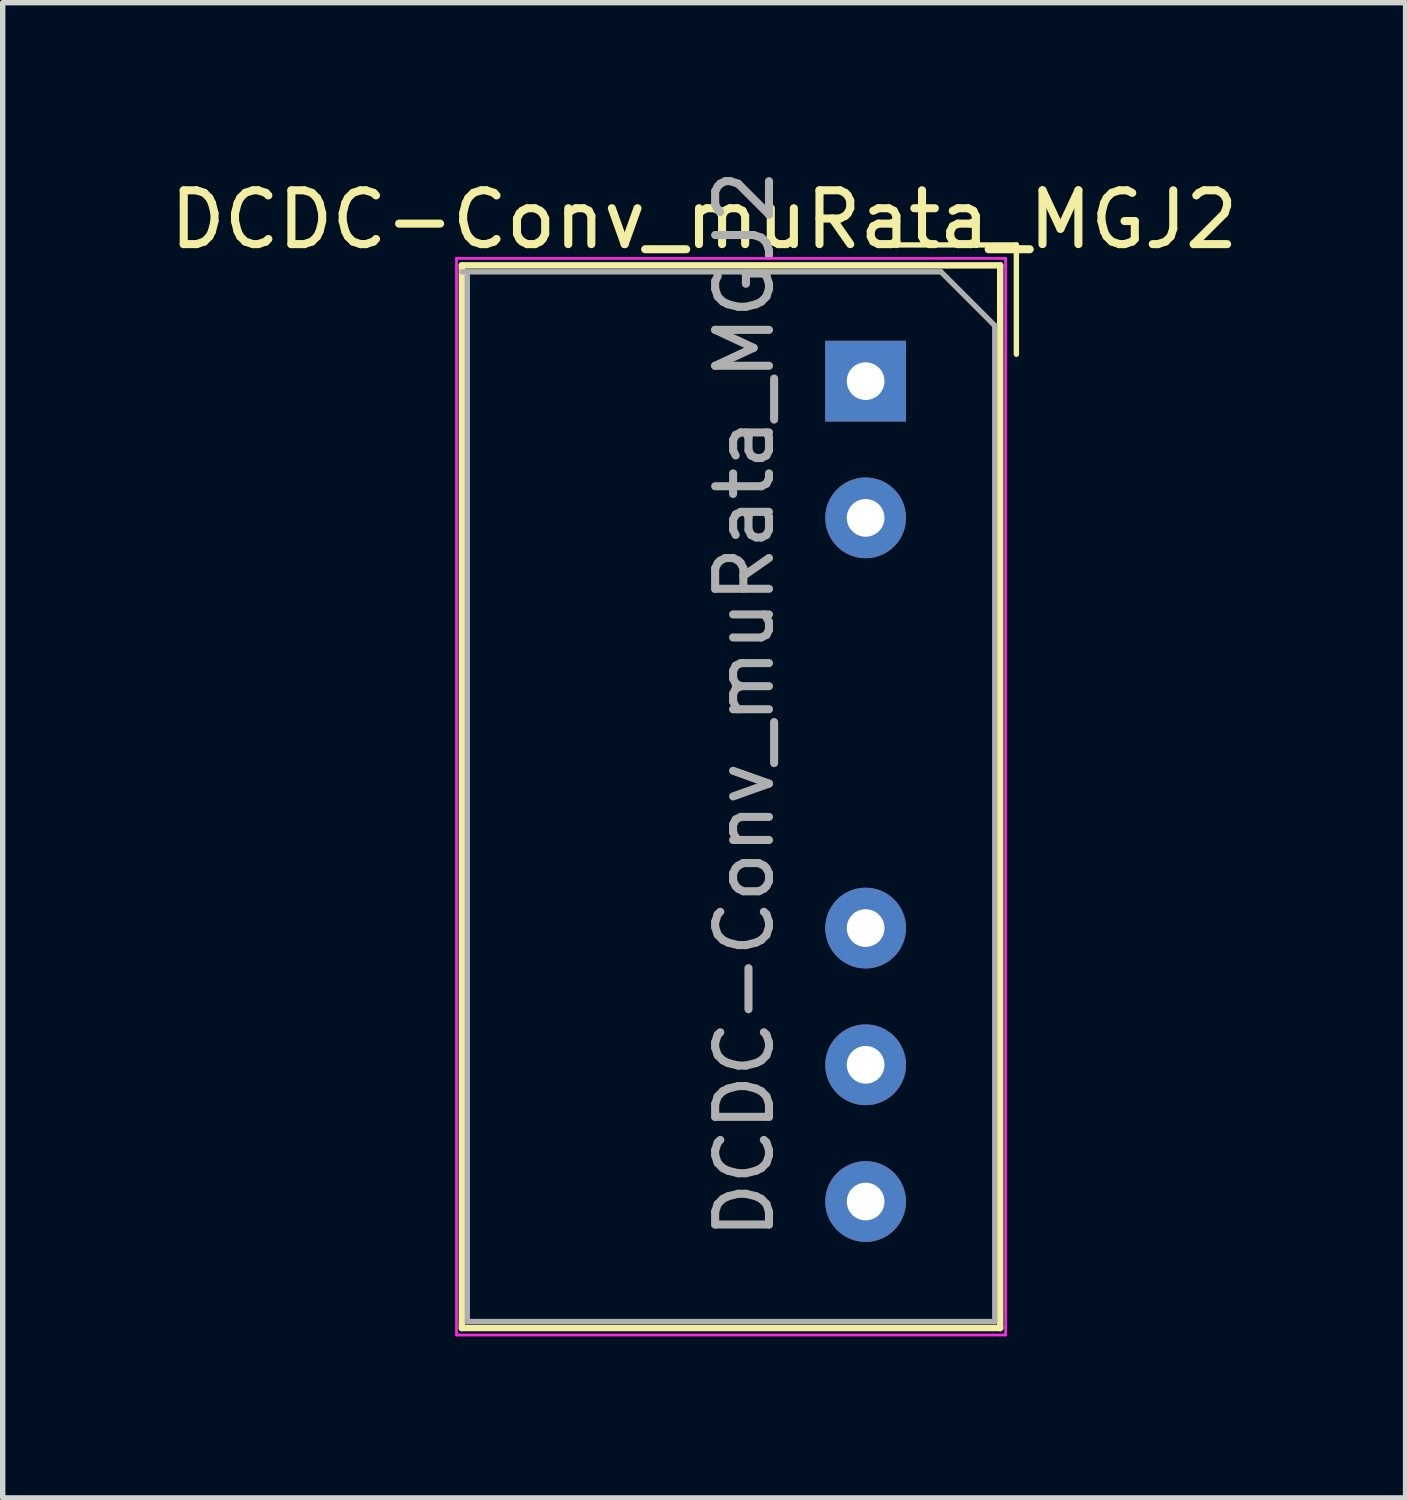
<source format=kicad_pcb>
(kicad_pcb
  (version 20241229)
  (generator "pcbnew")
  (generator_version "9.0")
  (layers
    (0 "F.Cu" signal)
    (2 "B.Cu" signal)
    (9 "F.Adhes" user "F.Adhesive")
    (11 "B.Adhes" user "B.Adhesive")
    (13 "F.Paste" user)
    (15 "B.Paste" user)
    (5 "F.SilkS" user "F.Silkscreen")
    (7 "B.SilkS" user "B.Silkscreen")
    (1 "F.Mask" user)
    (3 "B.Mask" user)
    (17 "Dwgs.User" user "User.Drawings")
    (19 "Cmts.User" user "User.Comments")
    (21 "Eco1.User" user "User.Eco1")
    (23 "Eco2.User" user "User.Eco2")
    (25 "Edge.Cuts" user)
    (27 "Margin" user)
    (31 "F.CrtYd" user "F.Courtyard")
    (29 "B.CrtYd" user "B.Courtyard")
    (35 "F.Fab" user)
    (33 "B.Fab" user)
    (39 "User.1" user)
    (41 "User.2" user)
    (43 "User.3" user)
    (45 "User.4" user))
  (footprint "DCDC-Conv_muRata_MGJ2"
    (layer "F.Cu")
    (at 13.03 4.03)
    (property "Reference" "DCDC-Conv_muRata_MGJ2" (at -3 -3 0) (layer "F.SilkS") (effects (font (size 1 1) (thickness 0.15))))
    (attr through_hole)
    (fp_line (start -7.5 -2.15) (end -7.5 17.59) (stroke (width 0.12) (type solid)) (layer "F.SilkS"))
    (fp_line (start -7.5 17.59) (end 2.5 17.59) (stroke (width 0.12) (type solid)) (layer "F.SilkS"))
    (fp_line (start 2.5 -2.15) (end -7.5 -2.15) (stroke (width 0.12) (type solid)) (layer "F.SilkS"))
    (fp_line (start 2.5 17.59) (end 2.5 -2.15) (stroke (width 0.12) (type solid)) (layer "F.SilkS"))
    (fp_line (start 2.8 -2.53) (end 0.5 -2.53) (stroke (width 0.1) (type solid)) (layer "F.SilkS"))
    (fp_line (start 2.8 -2.53) (end 2.8 -0.5) (stroke (width 0.1) (type solid)) (layer "F.SilkS"))
    (fp_line (start -7.6 -2.28) (end -7.6 17.72) (stroke (width 0.05) (type solid)) (layer "F.CrtYd"))
    (fp_line (start -7.6 17.72) (end 2.6 17.72) (stroke (width 0.05) (type solid)) (layer "F.CrtYd"))
    (fp_line (start 2.6 -2.28) (end -7.6 -2.28) (stroke (width 0.05) (type solid)) (layer "F.CrtYd"))
    (fp_line (start 2.6 17.72) (end 2.6 -2.28) (stroke (width 0.05) (type solid)) (layer "F.CrtYd"))
    (fp_line (start -7.4 -2.03) (end -7.4 17.47) (stroke (width 0.1) (type solid)) (layer "F.Fab"))
    (fp_line (start -7.4 17.47) (end 2.4 17.47) (stroke (width 0.1) (type solid)) (layer "F.Fab"))
    (fp_line (start 1.4 -2.03) (end -7.5 -2.03) (stroke (width 0.1) (type solid)) (layer "F.Fab"))
    (fp_line (start 1.4 -2.03) (end 2.4 -1.03) (stroke (width 0.1) (type solid)) (layer "F.Fab"))
    (fp_line (start 2.4 17.47) (end 2.4 -1.03) (stroke (width 0.1) (type solid)) (layer "F.Fab"))
    (fp_text user "${REFERENCE}" (at -2.25 6 90) (layer "F.Fab") (effects (font (size 1 1) (thickness 0.15))))
    (pad "1" thru_hole rect (at 0 0) (size 1.5 1.5) (drill 0.7) (layers "*.Cu" "*.Mask"))
    (pad "2" thru_hole oval (at 0 2.54) (size 1.5 1.5) (drill 0.7) (layers "*.Cu" "*.Mask"))
    (pad "5" thru_hole oval (at 0 10.16) (size 1.5 1.5) (drill 0.7) (layers "*.Cu" "*.Mask"))
    (pad "6" thru_hole oval (at 0 12.7) (size 1.5 1.5) (drill 0.7) (layers "*.Cu" "*.Mask"))
    (pad "7" thru_hole oval (at 0 15.24) (size 1.5 1.5) (drill 0.7) (layers "*.Cu" "*.Mask")))
  (gr_rect
    (start -3 -3)
    (end 23.06 24.775)
    (stroke (width 0.1) (type default))
    (fill no)
    (layer "Edge.Cuts")))
</source>
